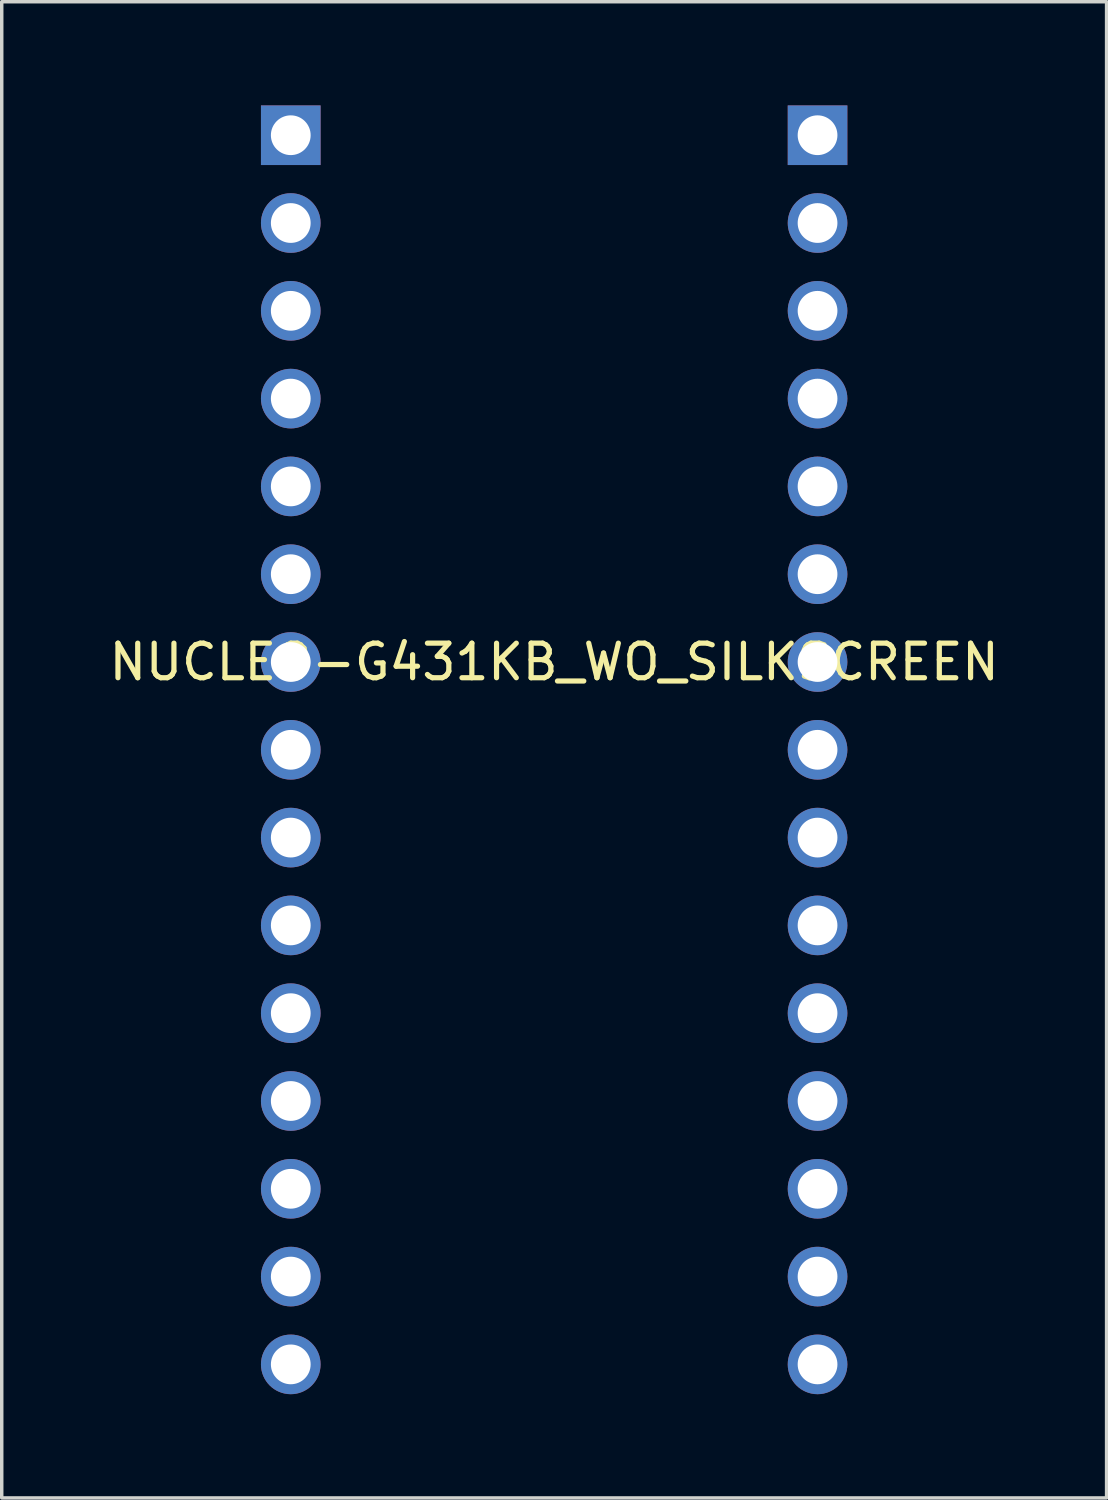
<source format=kicad_pcb>
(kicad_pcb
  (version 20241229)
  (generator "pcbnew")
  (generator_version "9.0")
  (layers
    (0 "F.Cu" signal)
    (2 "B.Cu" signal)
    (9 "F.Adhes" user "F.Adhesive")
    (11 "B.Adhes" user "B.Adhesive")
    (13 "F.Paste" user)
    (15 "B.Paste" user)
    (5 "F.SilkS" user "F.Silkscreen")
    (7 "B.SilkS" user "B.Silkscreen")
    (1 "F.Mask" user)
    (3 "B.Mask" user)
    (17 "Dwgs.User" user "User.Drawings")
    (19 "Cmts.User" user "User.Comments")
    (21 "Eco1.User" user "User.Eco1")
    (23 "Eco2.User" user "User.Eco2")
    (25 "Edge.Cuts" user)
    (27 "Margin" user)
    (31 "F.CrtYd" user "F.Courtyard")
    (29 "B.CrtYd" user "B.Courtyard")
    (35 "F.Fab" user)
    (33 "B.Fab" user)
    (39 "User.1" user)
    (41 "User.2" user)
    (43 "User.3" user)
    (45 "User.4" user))
  (footprint "NUCLEO-G431KB_WO_SILKSCREEN"
    (layer "F.Cu")
    (at 12.982 18.642)
    (property "Reference" "NUCLEO-G431KB_WO_SILKSCREEN" (at 0 -2.54 0) (layer "F.SilkS") (effects (font (size 1 1) (thickness 0.15))))
    (attr through_hole)
    (pad "1" thru_hole rect (at -7.62 -17.78) (size 1.725 1.725) (drill 1.15) (layers "*.Cu" "*.Mask"))
    (pad "2" thru_hole circle (at -7.62 -15.24) (size 1.725 1.725) (drill 1.15) (layers "*.Cu" "*.Mask"))
    (pad "3" thru_hole circle (at -7.62 -12.7) (size 1.725 1.725) (drill 1.15) (layers "*.Cu" "*.Mask"))
    (pad "4" thru_hole circle (at -7.62 -10.16) (size 1.725 1.725) (drill 1.15) (layers "*.Cu" "*.Mask"))
    (pad "5" thru_hole circle (at -7.62 -7.62) (size 1.725 1.725) (drill 1.15) (layers "*.Cu" "*.Mask"))
    (pad "6" thru_hole circle (at -7.62 -5.08) (size 1.725 1.725) (drill 1.15) (layers "*.Cu" "*.Mask"))
    (pad "7" thru_hole circle (at -7.62 -2.54) (size 1.725 1.725) (drill 1.15) (layers "*.Cu" "*.Mask"))
    (pad "8" thru_hole circle (at -7.62 0) (size 1.725 1.725) (drill 1.15) (layers "*.Cu" "*.Mask"))
    (pad "9" thru_hole circle (at -7.62 2.54) (size 1.725 1.725) (drill 1.15) (layers "*.Cu" "*.Mask"))
    (pad "10" thru_hole circle (at -7.62 5.08) (size 1.725 1.725) (drill 1.15) (layers "*.Cu" "*.Mask"))
    (pad "11" thru_hole circle (at -7.62 7.62) (size 1.725 1.725) (drill 1.15) (layers "*.Cu" "*.Mask"))
    (pad "12" thru_hole circle (at -7.62 10.16) (size 1.725 1.725) (drill 1.15) (layers "*.Cu" "*.Mask"))
    (pad "13" thru_hole circle (at -7.62 12.7) (size 1.725 1.725) (drill 1.15) (layers "*.Cu" "*.Mask"))
    (pad "14" thru_hole circle (at -7.62 15.24) (size 1.725 1.725) (drill 1.15) (layers "*.Cu" "*.Mask"))
    (pad "15" thru_hole circle (at -7.62 17.78) (size 1.725 1.725) (drill 1.15) (layers "*.Cu" "*.Mask"))
    (pad "16" thru_hole circle (at 7.62 17.78) (size 1.725 1.725) (drill 1.15) (layers "*.Cu" "*.Mask"))
    (pad "17" thru_hole circle (at 7.62 15.24) (size 1.725 1.725) (drill 1.15) (layers "*.Cu" "*.Mask"))
    (pad "18" thru_hole circle (at 7.62 12.7) (size 1.725 1.725) (drill 1.15) (layers "*.Cu" "*.Mask"))
    (pad "19" thru_hole circle (at 7.62 10.16) (size 1.725 1.725) (drill 1.15) (layers "*.Cu" "*.Mask"))
    (pad "20" thru_hole circle (at 7.62 7.62) (size 1.725 1.725) (drill 1.15) (layers "*.Cu" "*.Mask"))
    (pad "21" thru_hole circle (at 7.62 5.08) (size 1.725 1.725) (drill 1.15) (layers "*.Cu" "*.Mask"))
    (pad "22" thru_hole circle (at 7.62 2.54) (size 1.725 1.725) (drill 1.15) (layers "*.Cu" "*.Mask"))
    (pad "23" thru_hole circle (at 7.62 0) (size 1.725 1.725) (drill 1.15) (layers "*.Cu" "*.Mask"))
    (pad "24" thru_hole circle (at 7.62 -2.54) (size 1.725 1.725) (drill 1.15) (layers "*.Cu" "*.Mask"))
    (pad "25" thru_hole circle (at 7.62 -5.08) (size 1.725 1.725) (drill 1.15) (layers "*.Cu" "*.Mask"))
    (pad "26" thru_hole circle (at 7.62 -7.62) (size 1.725 1.725) (drill 1.15) (layers "*.Cu" "*.Mask"))
    (pad "27" thru_hole circle (at 7.62 -10.16) (size 1.725 1.725) (drill 1.15) (layers "*.Cu" "*.Mask"))
    (pad "28" thru_hole circle (at 7.62 -12.7) (size 1.725 1.725) (drill 1.15) (layers "*.Cu" "*.Mask"))
    (pad "29" thru_hole circle (at 7.62 -15.24) (size 1.725 1.725) (drill 1.15) (layers "*.Cu" "*.Mask"))
    (pad "30" thru_hole rect (at 7.62 -17.78) (size 1.725 1.725) (drill 1.15) (layers "*.Cu" "*.Mask")))
  (gr_rect
    (start -3 -3)
    (end 28.964 40.285)
    (stroke (width 0.1) (type default))
    (fill no)
    (layer "Edge.Cuts")))
</source>
